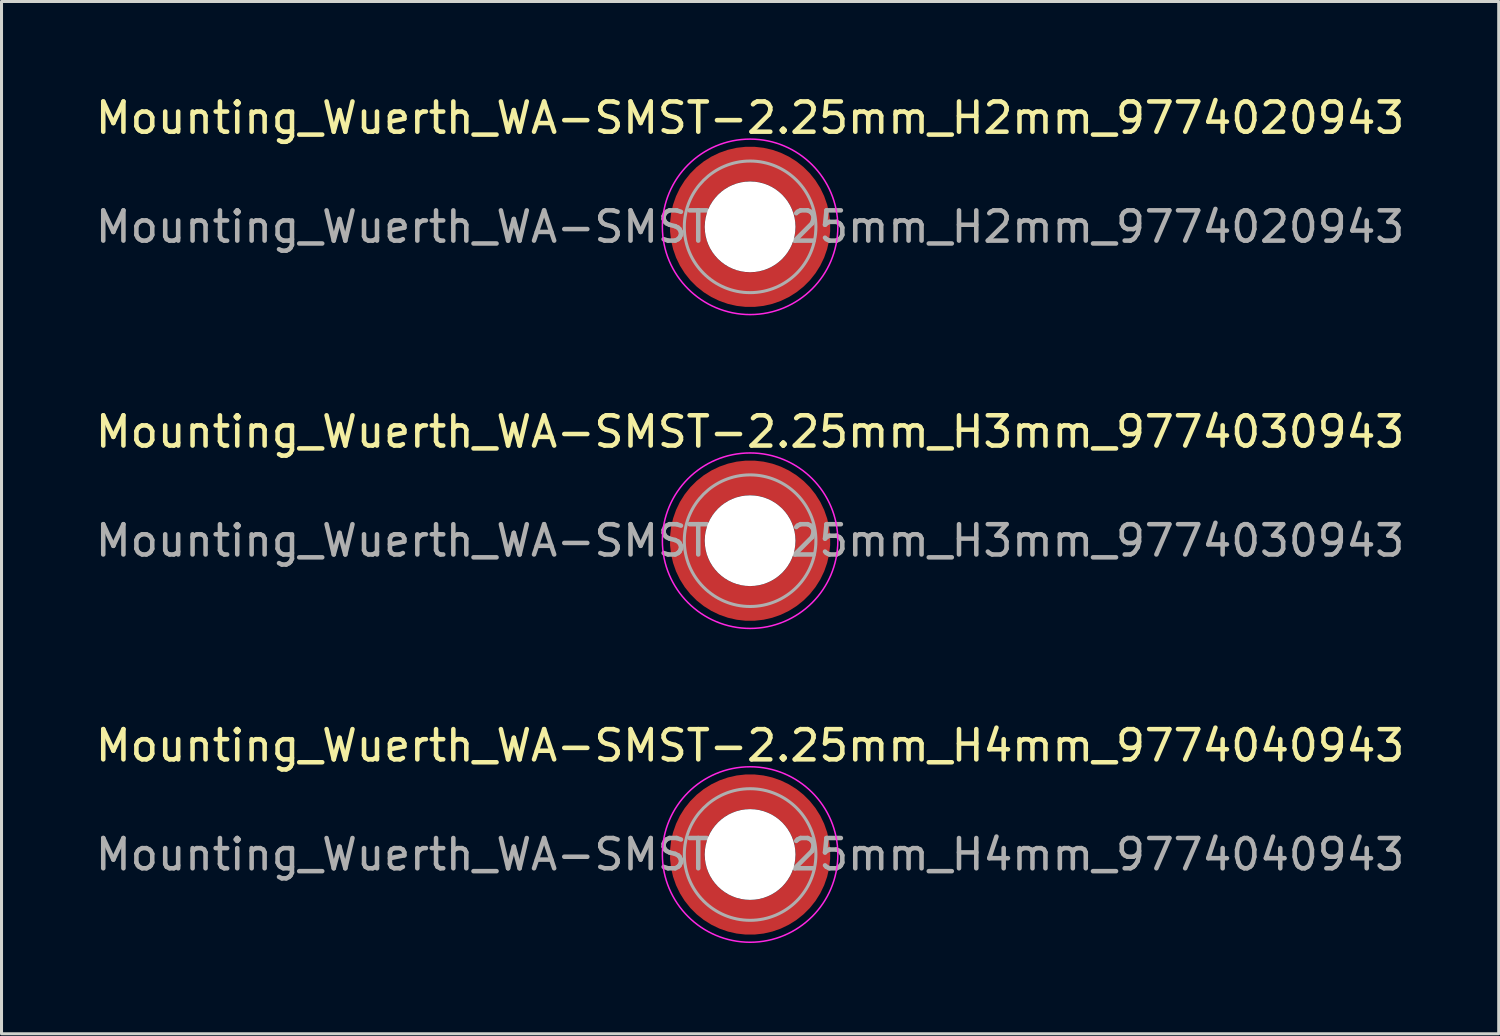
<source format=kicad_pcb>
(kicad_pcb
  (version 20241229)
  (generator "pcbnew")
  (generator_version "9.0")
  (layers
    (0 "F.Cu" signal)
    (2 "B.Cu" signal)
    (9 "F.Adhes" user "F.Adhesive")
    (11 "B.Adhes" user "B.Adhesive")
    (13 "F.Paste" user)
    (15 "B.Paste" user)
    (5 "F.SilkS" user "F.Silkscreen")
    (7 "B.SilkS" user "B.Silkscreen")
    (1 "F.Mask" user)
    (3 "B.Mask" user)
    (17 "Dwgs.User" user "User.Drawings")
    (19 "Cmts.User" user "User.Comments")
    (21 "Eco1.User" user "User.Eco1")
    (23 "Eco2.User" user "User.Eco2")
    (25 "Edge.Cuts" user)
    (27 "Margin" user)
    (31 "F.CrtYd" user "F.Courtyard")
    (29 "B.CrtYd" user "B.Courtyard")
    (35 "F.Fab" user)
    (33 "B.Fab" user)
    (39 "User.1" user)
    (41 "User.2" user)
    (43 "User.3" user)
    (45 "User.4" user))
  (footprint "Mounting_Wuerth_WA-SMST-2.25mm_H2mm_9774020943"
    (layer "F.Cu")
    (at 21.744 4.448)
    (property "Reference" "Mounting_Wuerth_WA-SMST-2.25mm_H2mm_9774020943" (at 0 -3.6 0) (layer "F.SilkS") (effects (font (size 1 1) (thickness 0.15))))
    (attr smd)
    (fp_circle (center 0 0) (end 2.9 0) (stroke (width 0.05) (type solid)) (fill no) (layer "F.CrtYd"))
    (fp_circle (center 0 0) (end 2.175 0) (stroke (width 0.1) (type solid)) (fill no) (layer "F.Fab"))
    (fp_text user "${REFERENCE}" (at 0 0 0) (layer "F.Fab") (effects (font (size 1 1) (thickness 0.15))))
    (pad "" smd custom (at -1.453 -1.453) (size 0.61 0.61) (layers "F.Paste") (options (anchor circle)) (primitives (gr_arc (start -0.147677 1.053104) (mid 0.285964 0.286792) (end 1.051968 -0.147393) (width 0.2)) (gr_arc (start -0.240295 1.053104) (mid 0.22253 0.222946) (end 1.052531 -0.24016) (width 0.2)) (gr_arc (start -0.332645 1.053104) (mid 0.158548 0.15965) (end 1.051583 -0.332304) (width 0.2)) (gr_arc (start -0.424767 1.053104) (mid 0.09486 0.096059) (end 1.051446 -0.424413) (width 0.2)) (gr_arc (start -0.516693 1.053104) (mid 0.031293 0.032346) (end 1.051645 -0.516396) (width 0.2)) (gr_arc (start -0.608448 1.053104) (mid -0.032323 -0.031316) (end 1.051707 -0.608176) (width 0.2)) (gr_arc (start -0.700056 1.053104) (mid -0.09616 -0.094758) (end 1.051155 -0.699693) (width 0.2)) (gr_arc (start -0.791534 1.053104) (mid -0.160388 -0.15781) (end 1.049515 -0.790891) (width 0.2)) (gr_arc (start -0.882896 1.053104) (mid -0.223713 -0.221764) (end 1.050388 -0.882429) (width 0.2)) (gr_arc (start -0.974157 1.053104) (mid -0.287654 -0.285101) (end 1.049541 -0.973567) (width 0.2)) (gr_line (start 1.053 -0.148) (end 1.053 -0.974) (width 0.2)) (gr_line (start -0.148 1.053) (end -0.974 1.053) (width 0.2))))
    (pad "" smd custom (at -1.453 1.453) (size 0.61 0.61) (layers "F.Paste") (options (anchor circle)) (primitives (gr_arc (start 1.053104 0.147677) (mid 0.286792 -0.285964) (end -0.147393 -1.051968) (width 0.2)) (gr_arc (start 1.053104 0.240295) (mid 0.222946 -0.22253) (end -0.24016 -1.052531) (width 0.2)) (gr_arc (start 1.053104 0.332645) (mid 0.15965 -0.158548) (end -0.332304 -1.051583) (width 0.2)) (gr_arc (start 1.053104 0.424767) (mid 0.096059 -0.09486) (end -0.424413 -1.051446) (width 0.2)) (gr_arc (start 1.053104 0.516693) (mid 0.032346 -0.031293) (end -0.516396 -1.051645) (width 0.2)) (gr_arc (start 1.053104 0.608448) (mid -0.031316 0.032323) (end -0.608176 -1.051707) (width 0.2)) (gr_arc (start 1.053104 0.700056) (mid -0.094758 0.09616) (end -0.699693 -1.051155) (width 0.2)) (gr_arc (start 1.053104 0.791534) (mid -0.15781 0.160388) (end -0.790891 -1.049515) (width 0.2)) (gr_arc (start 1.053104 0.882896) (mid -0.221764 0.223713) (end -0.882429 -1.050388) (width 0.2)) (gr_arc (start 1.053104 0.974157) (mid -0.285101 0.287654) (end -0.973567 -1.049541) (width 0.2)) (gr_line (start -0.148 -1.053) (end -0.974 -1.053) (width 0.2)) (gr_line (start 1.053 0.148) (end 1.053 0.974) (width 0.2))))
    (pad "" np_thru_hole circle (at 0 0) (size 3 3) (drill 3) (layers "*.Cu" "*.Mask"))
    (pad "" smd custom (at 1.453 -1.453) (size 0.61 0.61) (layers "F.Paste") (options (anchor circle)) (primitives (gr_arc (start -1.053104 -0.147677) (mid -0.286792 0.285964) (end 0.147393 1.051968) (width 0.2)) (gr_arc (start -1.053104 -0.240295) (mid -0.222946 0.22253) (end 0.24016 1.052531) (width 0.2)) (gr_arc (start -1.053104 -0.332645) (mid -0.15965 0.158548) (end 0.332304 1.051583) (width 0.2)) (gr_arc (start -1.053104 -0.424767) (mid -0.096059 0.09486) (end 0.424413 1.051446) (width 0.2)) (gr_arc (start -1.053104 -0.516693) (mid -0.032346 0.031293) (end 0.516396 1.051645) (width 0.2)) (gr_arc (start -1.053104 -0.608448) (mid 0.031316 -0.032323) (end 0.608176 1.051707) (width 0.2)) (gr_arc (start -1.053104 -0.700056) (mid 0.094758 -0.09616) (end 0.699693 1.051155) (width 0.2)) (gr_arc (start -1.053104 -0.791534) (mid 0.15781 -0.160388) (end 0.790891 1.049515) (width 0.2)) (gr_arc (start -1.053104 -0.882896) (mid 0.221764 -0.223713) (end 0.882429 1.050388) (width 0.2)) (gr_arc (start -1.053104 -0.974157) (mid 0.285101 -0.287654) (end 0.973567 1.049541) (width 0.2)) (gr_line (start 0.148 1.053) (end 0.974 1.053) (width 0.2)) (gr_line (start -1.053 -0.148) (end -1.053 -0.974) (width 0.2))))
    (pad "" smd custom (at 1.453 1.453) (size 0.61 0.61) (layers "F.Paste") (options (anchor circle)) (primitives (gr_arc (start 0.147677 -1.053104) (mid -0.285964 -0.286792) (end -1.051968 0.147393) (width 0.2)) (gr_arc (start 0.240295 -1.053104) (mid -0.22253 -0.222946) (end -1.052531 0.24016) (width 0.2)) (gr_arc (start 0.332645 -1.053104) (mid -0.158548 -0.15965) (end -1.051583 0.332304) (width 0.2)) (gr_arc (start 0.424767 -1.053104) (mid -0.09486 -0.096059) (end -1.051446 0.424413) (width 0.2)) (gr_arc (start 0.516693 -1.053104) (mid -0.031293 -0.032346) (end -1.051645 0.516396) (width 0.2)) (gr_arc (start 0.608448 -1.053104) (mid 0.032323 0.031316) (end -1.051707 0.608176) (width 0.2)) (gr_arc (start 0.700056 -1.053104) (mid 0.09616 0.094758) (end -1.051155 0.699693) (width 0.2)) (gr_arc (start 0.791534 -1.053104) (mid 0.160388 0.15781) (end -1.049515 0.790891) (width 0.2)) (gr_arc (start 0.882896 -1.053104) (mid 0.223713 0.221764) (end -1.050388 0.882429) (width 0.2)) (gr_arc (start 0.974157 -1.053104) (mid 0.287654 0.285101) (end -1.049541 0.973567) (width 0.2)) (gr_line (start -1.053 0.148) (end -1.053 0.974) (width 0.2)) (gr_line (start 0.148 -1.053) (end 0.974 -1.053) (width 0.2))))
    (pad "1" smd circle (at -2.075 0) (size 0.75 0.75) (layers "F.Cu"))
    (pad "1" smd circle (at 0 -2.075) (size 0.75 0.75) (layers "F.Cu"))
    (pad "1" smd circle (at 0 2.075) (size 0.75 0.75) (layers "F.Cu"))
    (pad "1" smd custom (at 2.075 0) (size 0.75 0.75) (layers "F.Cu" "F.Mask") (options (anchor circle)) (primitives (gr_circle (center -2.075 0) (end 0 0) (width 1.15) (fill no)))))
  (footprint "Mounting_Wuerth_WA-SMST-2.25mm_H3mm_9774030943"
    (layer "F.Cu")
    (at 21.744 14.822)
    (property "Reference" "Mounting_Wuerth_WA-SMST-2.25mm_H3mm_9774030943" (at 0 -3.6 0) (layer "F.SilkS") (effects (font (size 1 1) (thickness 0.15))))
    (attr smd)
    (fp_circle (center 0 0) (end 2.9 0) (stroke (width 0.05) (type solid)) (fill no) (layer "F.CrtYd"))
    (fp_circle (center 0 0) (end 2.175 0) (stroke (width 0.1) (type solid)) (fill no) (layer "F.Fab"))
    (fp_text user "${REFERENCE}" (at 0 0 0) (layer "F.Fab") (effects (font (size 1 1) (thickness 0.15))))
    (pad "" smd custom (at -1.453 -1.453) (size 0.61 0.61) (layers "F.Paste") (options (anchor circle)) (primitives (gr_arc (start -0.147677 1.053104) (mid 0.285964 0.286792) (end 1.051968 -0.147393) (width 0.2)) (gr_arc (start -0.240295 1.053104) (mid 0.22253 0.222946) (end 1.052531 -0.24016) (width 0.2)) (gr_arc (start -0.332645 1.053104) (mid 0.158548 0.15965) (end 1.051583 -0.332304) (width 0.2)) (gr_arc (start -0.424767 1.053104) (mid 0.09486 0.096059) (end 1.051446 -0.424413) (width 0.2)) (gr_arc (start -0.516693 1.053104) (mid 0.031293 0.032346) (end 1.051645 -0.516396) (width 0.2)) (gr_arc (start -0.608448 1.053104) (mid -0.032323 -0.031316) (end 1.051707 -0.608176) (width 0.2)) (gr_arc (start -0.700056 1.053104) (mid -0.09616 -0.094758) (end 1.051155 -0.699693) (width 0.2)) (gr_arc (start -0.791534 1.053104) (mid -0.160388 -0.15781) (end 1.049515 -0.790891) (width 0.2)) (gr_arc (start -0.882896 1.053104) (mid -0.223713 -0.221764) (end 1.050388 -0.882429) (width 0.2)) (gr_arc (start -0.974157 1.053104) (mid -0.287654 -0.285101) (end 1.049541 -0.973567) (width 0.2)) (gr_line (start 1.053 -0.148) (end 1.053 -0.974) (width 0.2)) (gr_line (start -0.148 1.053) (end -0.974 1.053) (width 0.2))))
    (pad "" smd custom (at -1.453 1.453) (size 0.61 0.61) (layers "F.Paste") (options (anchor circle)) (primitives (gr_arc (start 1.053104 0.147677) (mid 0.286792 -0.285964) (end -0.147393 -1.051968) (width 0.2)) (gr_arc (start 1.053104 0.240295) (mid 0.222946 -0.22253) (end -0.24016 -1.052531) (width 0.2)) (gr_arc (start 1.053104 0.332645) (mid 0.15965 -0.158548) (end -0.332304 -1.051583) (width 0.2)) (gr_arc (start 1.053104 0.424767) (mid 0.096059 -0.09486) (end -0.424413 -1.051446) (width 0.2)) (gr_arc (start 1.053104 0.516693) (mid 0.032346 -0.031293) (end -0.516396 -1.051645) (width 0.2)) (gr_arc (start 1.053104 0.608448) (mid -0.031316 0.032323) (end -0.608176 -1.051707) (width 0.2)) (gr_arc (start 1.053104 0.700056) (mid -0.094758 0.09616) (end -0.699693 -1.051155) (width 0.2)) (gr_arc (start 1.053104 0.791534) (mid -0.15781 0.160388) (end -0.790891 -1.049515) (width 0.2)) (gr_arc (start 1.053104 0.882896) (mid -0.221764 0.223713) (end -0.882429 -1.050388) (width 0.2)) (gr_arc (start 1.053104 0.974157) (mid -0.285101 0.287654) (end -0.973567 -1.049541) (width 0.2)) (gr_line (start -0.148 -1.053) (end -0.974 -1.053) (width 0.2)) (gr_line (start 1.053 0.148) (end 1.053 0.974) (width 0.2))))
    (pad "" np_thru_hole circle (at 0 0) (size 3 3) (drill 3) (layers "*.Cu" "*.Mask"))
    (pad "" smd custom (at 1.453 -1.453) (size 0.61 0.61) (layers "F.Paste") (options (anchor circle)) (primitives (gr_arc (start -1.053104 -0.147677) (mid -0.286792 0.285964) (end 0.147393 1.051968) (width 0.2)) (gr_arc (start -1.053104 -0.240295) (mid -0.222946 0.22253) (end 0.24016 1.052531) (width 0.2)) (gr_arc (start -1.053104 -0.332645) (mid -0.15965 0.158548) (end 0.332304 1.051583) (width 0.2)) (gr_arc (start -1.053104 -0.424767) (mid -0.096059 0.09486) (end 0.424413 1.051446) (width 0.2)) (gr_arc (start -1.053104 -0.516693) (mid -0.032346 0.031293) (end 0.516396 1.051645) (width 0.2)) (gr_arc (start -1.053104 -0.608448) (mid 0.031316 -0.032323) (end 0.608176 1.051707) (width 0.2)) (gr_arc (start -1.053104 -0.700056) (mid 0.094758 -0.09616) (end 0.699693 1.051155) (width 0.2)) (gr_arc (start -1.053104 -0.791534) (mid 0.15781 -0.160388) (end 0.790891 1.049515) (width 0.2)) (gr_arc (start -1.053104 -0.882896) (mid 0.221764 -0.223713) (end 0.882429 1.050388) (width 0.2)) (gr_arc (start -1.053104 -0.974157) (mid 0.285101 -0.287654) (end 0.973567 1.049541) (width 0.2)) (gr_line (start 0.148 1.053) (end 0.974 1.053) (width 0.2)) (gr_line (start -1.053 -0.148) (end -1.053 -0.974) (width 0.2))))
    (pad "" smd custom (at 1.453 1.453) (size 0.61 0.61) (layers "F.Paste") (options (anchor circle)) (primitives (gr_arc (start 0.147677 -1.053104) (mid -0.285964 -0.286792) (end -1.051968 0.147393) (width 0.2)) (gr_arc (start 0.240295 -1.053104) (mid -0.22253 -0.222946) (end -1.052531 0.24016) (width 0.2)) (gr_arc (start 0.332645 -1.053104) (mid -0.158548 -0.15965) (end -1.051583 0.332304) (width 0.2)) (gr_arc (start 0.424767 -1.053104) (mid -0.09486 -0.096059) (end -1.051446 0.424413) (width 0.2)) (gr_arc (start 0.516693 -1.053104) (mid -0.031293 -0.032346) (end -1.051645 0.516396) (width 0.2)) (gr_arc (start 0.608448 -1.053104) (mid 0.032323 0.031316) (end -1.051707 0.608176) (width 0.2)) (gr_arc (start 0.700056 -1.053104) (mid 0.09616 0.094758) (end -1.051155 0.699693) (width 0.2)) (gr_arc (start 0.791534 -1.053104) (mid 0.160388 0.15781) (end -1.049515 0.790891) (width 0.2)) (gr_arc (start 0.882896 -1.053104) (mid 0.223713 0.221764) (end -1.050388 0.882429) (width 0.2)) (gr_arc (start 0.974157 -1.053104) (mid 0.287654 0.285101) (end -1.049541 0.973567) (width 0.2)) (gr_line (start -1.053 0.148) (end -1.053 0.974) (width 0.2)) (gr_line (start 0.148 -1.053) (end 0.974 -1.053) (width 0.2))))
    (pad "1" smd circle (at -2.075 0) (size 0.75 0.75) (layers "F.Cu"))
    (pad "1" smd circle (at 0 -2.075) (size 0.75 0.75) (layers "F.Cu"))
    (pad "1" smd circle (at 0 2.075) (size 0.75 0.75) (layers "F.Cu"))
    (pad "1" smd custom (at 2.075 0) (size 0.75 0.75) (layers "F.Cu" "F.Mask") (options (anchor circle)) (primitives (gr_circle (center -2.075 0) (end 0 0) (width 1.15) (fill no)))))
  (footprint "Mounting_Wuerth_WA-SMST-2.25mm_H4mm_9774040943"
    (layer "F.Cu")
    (at 21.744 25.195)
    (property "Reference" "Mounting_Wuerth_WA-SMST-2.25mm_H4mm_9774040943" (at 0 -3.6 0) (layer "F.SilkS") (effects (font (size 1 1) (thickness 0.15))))
    (attr smd)
    (fp_circle (center 0 0) (end 2.9 0) (stroke (width 0.05) (type solid)) (fill no) (layer "F.CrtYd"))
    (fp_circle (center 0 0) (end 2.175 0) (stroke (width 0.1) (type solid)) (fill no) (layer "F.Fab"))
    (fp_text user "${REFERENCE}" (at 0 0 0) (layer "F.Fab") (effects (font (size 1 1) (thickness 0.15))))
    (pad "" smd custom (at -1.453 -1.453) (size 0.61 0.61) (layers "F.Paste") (options (anchor circle)) (primitives (gr_arc (start -0.147677 1.053104) (mid 0.285964 0.286792) (end 1.051968 -0.147393) (width 0.2)) (gr_arc (start -0.240295 1.053104) (mid 0.22253 0.222946) (end 1.052531 -0.24016) (width 0.2)) (gr_arc (start -0.332645 1.053104) (mid 0.158548 0.15965) (end 1.051583 -0.332304) (width 0.2)) (gr_arc (start -0.424767 1.053104) (mid 0.09486 0.096059) (end 1.051446 -0.424413) (width 0.2)) (gr_arc (start -0.516693 1.053104) (mid 0.031293 0.032346) (end 1.051645 -0.516396) (width 0.2)) (gr_arc (start -0.608448 1.053104) (mid -0.032323 -0.031316) (end 1.051707 -0.608176) (width 0.2)) (gr_arc (start -0.700056 1.053104) (mid -0.09616 -0.094758) (end 1.051155 -0.699693) (width 0.2)) (gr_arc (start -0.791534 1.053104) (mid -0.160388 -0.15781) (end 1.049515 -0.790891) (width 0.2)) (gr_arc (start -0.882896 1.053104) (mid -0.223713 -0.221764) (end 1.050388 -0.882429) (width 0.2)) (gr_arc (start -0.974157 1.053104) (mid -0.287654 -0.285101) (end 1.049541 -0.973567) (width 0.2)) (gr_line (start 1.053 -0.148) (end 1.053 -0.974) (width 0.2)) (gr_line (start -0.148 1.053) (end -0.974 1.053) (width 0.2))))
    (pad "" smd custom (at -1.453 1.453) (size 0.61 0.61) (layers "F.Paste") (options (anchor circle)) (primitives (gr_arc (start 1.053104 0.147677) (mid 0.286792 -0.285964) (end -0.147393 -1.051968) (width 0.2)) (gr_arc (start 1.053104 0.240295) (mid 0.222946 -0.22253) (end -0.24016 -1.052531) (width 0.2)) (gr_arc (start 1.053104 0.332645) (mid 0.15965 -0.158548) (end -0.332304 -1.051583) (width 0.2)) (gr_arc (start 1.053104 0.424767) (mid 0.096059 -0.09486) (end -0.424413 -1.051446) (width 0.2)) (gr_arc (start 1.053104 0.516693) (mid 0.032346 -0.031293) (end -0.516396 -1.051645) (width 0.2)) (gr_arc (start 1.053104 0.608448) (mid -0.031316 0.032323) (end -0.608176 -1.051707) (width 0.2)) (gr_arc (start 1.053104 0.700056) (mid -0.094758 0.09616) (end -0.699693 -1.051155) (width 0.2)) (gr_arc (start 1.053104 0.791534) (mid -0.15781 0.160388) (end -0.790891 -1.049515) (width 0.2)) (gr_arc (start 1.053104 0.882896) (mid -0.221764 0.223713) (end -0.882429 -1.050388) (width 0.2)) (gr_arc (start 1.053104 0.974157) (mid -0.285101 0.287654) (end -0.973567 -1.049541) (width 0.2)) (gr_line (start -0.148 -1.053) (end -0.974 -1.053) (width 0.2)) (gr_line (start 1.053 0.148) (end 1.053 0.974) (width 0.2))))
    (pad "" np_thru_hole circle (at 0 0) (size 3 3) (drill 3) (layers "*.Cu" "*.Mask"))
    (pad "" smd custom (at 1.453 -1.453) (size 0.61 0.61) (layers "F.Paste") (options (anchor circle)) (primitives (gr_arc (start -1.053104 -0.147677) (mid -0.286792 0.285964) (end 0.147393 1.051968) (width 0.2)) (gr_arc (start -1.053104 -0.240295) (mid -0.222946 0.22253) (end 0.24016 1.052531) (width 0.2)) (gr_arc (start -1.053104 -0.332645) (mid -0.15965 0.158548) (end 0.332304 1.051583) (width 0.2)) (gr_arc (start -1.053104 -0.424767) (mid -0.096059 0.09486) (end 0.424413 1.051446) (width 0.2)) (gr_arc (start -1.053104 -0.516693) (mid -0.032346 0.031293) (end 0.516396 1.051645) (width 0.2)) (gr_arc (start -1.053104 -0.608448) (mid 0.031316 -0.032323) (end 0.608176 1.051707) (width 0.2)) (gr_arc (start -1.053104 -0.700056) (mid 0.094758 -0.09616) (end 0.699693 1.051155) (width 0.2)) (gr_arc (start -1.053104 -0.791534) (mid 0.15781 -0.160388) (end 0.790891 1.049515) (width 0.2)) (gr_arc (start -1.053104 -0.882896) (mid 0.221764 -0.223713) (end 0.882429 1.050388) (width 0.2)) (gr_arc (start -1.053104 -0.974157) (mid 0.285101 -0.287654) (end 0.973567 1.049541) (width 0.2)) (gr_line (start 0.148 1.053) (end 0.974 1.053) (width 0.2)) (gr_line (start -1.053 -0.148) (end -1.053 -0.974) (width 0.2))))
    (pad "" smd custom (at 1.453 1.453) (size 0.61 0.61) (layers "F.Paste") (options (anchor circle)) (primitives (gr_arc (start 0.147677 -1.053104) (mid -0.285964 -0.286792) (end -1.051968 0.147393) (width 0.2)) (gr_arc (start 0.240295 -1.053104) (mid -0.22253 -0.222946) (end -1.052531 0.24016) (width 0.2)) (gr_arc (start 0.332645 -1.053104) (mid -0.158548 -0.15965) (end -1.051583 0.332304) (width 0.2)) (gr_arc (start 0.424767 -1.053104) (mid -0.09486 -0.096059) (end -1.051446 0.424413) (width 0.2)) (gr_arc (start 0.516693 -1.053104) (mid -0.031293 -0.032346) (end -1.051645 0.516396) (width 0.2)) (gr_arc (start 0.608448 -1.053104) (mid 0.032323 0.031316) (end -1.051707 0.608176) (width 0.2)) (gr_arc (start 0.700056 -1.053104) (mid 0.09616 0.094758) (end -1.051155 0.699693) (width 0.2)) (gr_arc (start 0.791534 -1.053104) (mid 0.160388 0.15781) (end -1.049515 0.790891) (width 0.2)) (gr_arc (start 0.882896 -1.053104) (mid 0.223713 0.221764) (end -1.050388 0.882429) (width 0.2)) (gr_arc (start 0.974157 -1.053104) (mid 0.287654 0.285101) (end -1.049541 0.973567) (width 0.2)) (gr_line (start -1.053 0.148) (end -1.053 0.974) (width 0.2)) (gr_line (start 0.148 -1.053) (end 0.974 -1.053) (width 0.2))))
    (pad "1" smd circle (at -2.075 0) (size 0.75 0.75) (layers "F.Cu"))
    (pad "1" smd circle (at 0 -2.075) (size 0.75 0.75) (layers "F.Cu"))
    (pad "1" smd circle (at 0 2.075) (size 0.75 0.75) (layers "F.Cu"))
    (pad "1" smd custom (at 2.075 0) (size 0.75 0.75) (layers "F.Cu" "F.Mask") (options (anchor circle)) (primitives (gr_circle (center -2.075 0) (end 0 0) (width 1.15) (fill no)))))
  (gr_rect
    (start -3 -3)
    (end 46.488 31.12)
    (stroke (width 0.1) (type default))
    (fill no)
    (layer "Edge.Cuts")))
</source>
